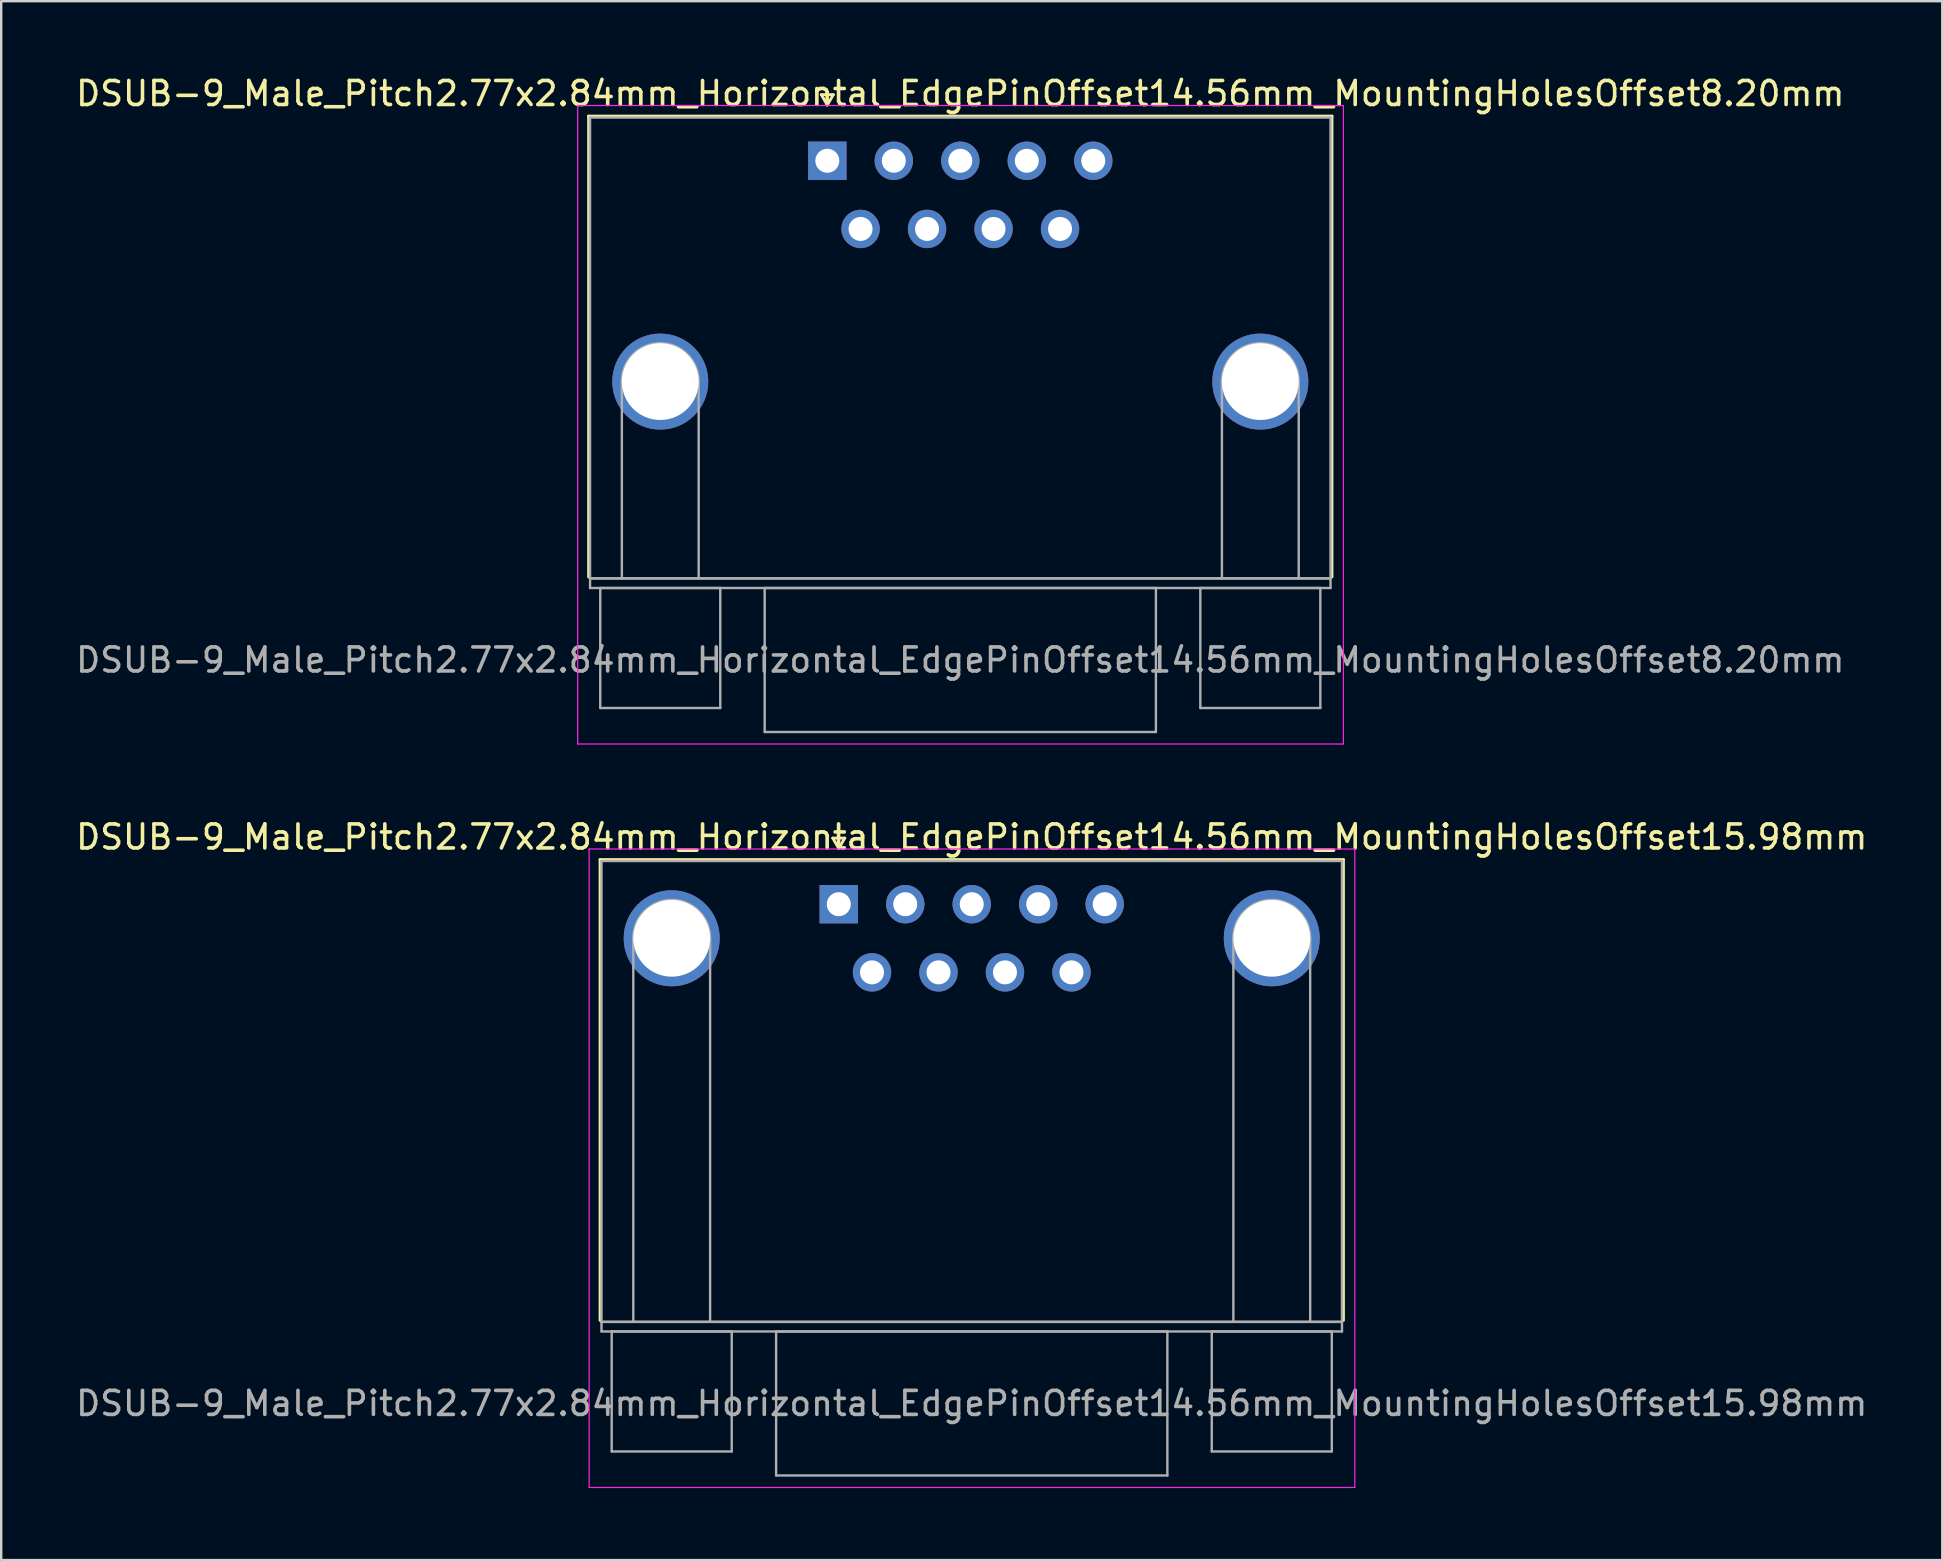
<source format=kicad_pcb>
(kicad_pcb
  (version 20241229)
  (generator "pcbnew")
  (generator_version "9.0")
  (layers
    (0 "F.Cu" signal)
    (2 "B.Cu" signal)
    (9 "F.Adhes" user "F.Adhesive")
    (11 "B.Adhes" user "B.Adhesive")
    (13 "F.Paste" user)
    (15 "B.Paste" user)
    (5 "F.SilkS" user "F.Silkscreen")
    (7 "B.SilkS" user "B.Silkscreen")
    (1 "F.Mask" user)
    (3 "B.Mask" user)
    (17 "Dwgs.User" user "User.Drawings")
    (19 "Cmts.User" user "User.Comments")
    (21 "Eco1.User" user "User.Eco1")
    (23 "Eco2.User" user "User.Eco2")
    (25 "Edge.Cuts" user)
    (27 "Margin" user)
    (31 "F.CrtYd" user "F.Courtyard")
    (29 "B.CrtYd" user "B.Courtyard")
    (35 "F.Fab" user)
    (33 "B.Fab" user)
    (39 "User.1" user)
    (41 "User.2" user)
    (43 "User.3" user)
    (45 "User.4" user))
  (footprint "DSUB-9_Male_Pitch2.77x2.84mm_Horizontal_EdgePinOffset14.56mm_MountingHolesOffset15.98mm"
    (layer "F.Cu")
    (at 31.895 34.621)
    (property "Reference" "DSUB-9_Male_Pitch2.77x2.84mm_Horizontal_EdgePinOffset14.56mm_MountingHolesOffset15.98mm" (at 5.54 -2.8 0) (layer "F.SilkS") (effects (font (size 1 1) (thickness 0.15))))
    (attr through_hole)
    (fp_line (start -9.945 -1.86) (end 21.025 -1.86) (stroke (width 0.12) (type solid)) (layer "F.SilkS"))
    (fp_line (start -9.945 17.34) (end -9.945 -1.86) (stroke (width 0.12) (type solid)) (layer "F.SilkS"))
    (fp_line (start -0.25 -2.754) (end 0.25 -2.754) (stroke (width 0.12) (type solid)) (layer "F.SilkS"))
    (fp_line (start 0 -2.321) (end -0.25 -2.754) (stroke (width 0.12) (type solid)) (layer "F.SilkS"))
    (fp_line (start 0.25 -2.754) (end 0 -2.321) (stroke (width 0.12) (type solid)) (layer "F.SilkS"))
    (fp_line (start 21.025 -1.86) (end 21.025 17.34) (stroke (width 0.12) (type solid)) (layer "F.SilkS"))
    (fp_line (start -10.4 -2.3) (end -10.4 24.3) (stroke (width 0.05) (type solid)) (layer "F.CrtYd"))
    (fp_line (start -10.4 24.3) (end 21.5 24.3) (stroke (width 0.05) (type solid)) (layer "F.CrtYd"))
    (fp_line (start 21.5 -2.3) (end -10.4 -2.3) (stroke (width 0.05) (type solid)) (layer "F.CrtYd"))
    (fp_line (start 21.5 24.3) (end 21.5 -2.3) (stroke (width 0.05) (type solid)) (layer "F.CrtYd"))
    (fp_line (start -9.885 -1.8) (end -9.885 17.4) (stroke (width 0.1) (type solid)) (layer "F.Fab"))
    (fp_line (start -9.885 17.4) (end -9.885 17.8) (stroke (width 0.1) (type solid)) (layer "F.Fab"))
    (fp_line (start -9.885 17.4) (end 20.965 17.4) (stroke (width 0.1) (type solid)) (layer "F.Fab"))
    (fp_line (start -9.885 17.8) (end 20.965 17.8) (stroke (width 0.1) (type solid)) (layer "F.Fab"))
    (fp_line (start -9.46 17.8) (end -9.46 22.8) (stroke (width 0.1) (type solid)) (layer "F.Fab"))
    (fp_line (start -9.46 22.8) (end -4.46 22.8) (stroke (width 0.1) (type solid)) (layer "F.Fab"))
    (fp_line (start -8.56 17.4) (end -8.56 1.42) (stroke (width 0.1) (type solid)) (layer "F.Fab"))
    (fp_line (start -5.36 17.4) (end -5.36 1.42) (stroke (width 0.1) (type solid)) (layer "F.Fab"))
    (fp_line (start -4.46 17.8) (end -9.46 17.8) (stroke (width 0.1) (type solid)) (layer "F.Fab"))
    (fp_line (start -4.46 22.8) (end -4.46 17.8) (stroke (width 0.1) (type solid)) (layer "F.Fab"))
    (fp_line (start -2.61 17.8) (end -2.61 23.8) (stroke (width 0.1) (type solid)) (layer "F.Fab"))
    (fp_line (start -2.61 23.8) (end 13.69 23.8) (stroke (width 0.1) (type solid)) (layer "F.Fab"))
    (fp_line (start 13.69 17.8) (end -2.61 17.8) (stroke (width 0.1) (type solid)) (layer "F.Fab"))
    (fp_line (start 13.69 23.8) (end 13.69 17.8) (stroke (width 0.1) (type solid)) (layer "F.Fab"))
    (fp_line (start 15.54 17.8) (end 15.54 22.8) (stroke (width 0.1) (type solid)) (layer "F.Fab"))
    (fp_line (start 15.54 22.8) (end 20.54 22.8) (stroke (width 0.1) (type solid)) (layer "F.Fab"))
    (fp_line (start 16.44 17.4) (end 16.44 1.42) (stroke (width 0.1) (type solid)) (layer "F.Fab"))
    (fp_line (start 19.64 17.4) (end 19.64 1.42) (stroke (width 0.1) (type solid)) (layer "F.Fab"))
    (fp_line (start 20.54 17.8) (end 15.54 17.8) (stroke (width 0.1) (type solid)) (layer "F.Fab"))
    (fp_line (start 20.54 22.8) (end 20.54 17.8) (stroke (width 0.1) (type solid)) (layer "F.Fab"))
    (fp_line (start 20.965 -1.8) (end -9.885 -1.8) (stroke (width 0.1) (type solid)) (layer "F.Fab"))
    (fp_line (start 20.965 17.4) (end -9.885 17.4) (stroke (width 0.1) (type solid)) (layer "F.Fab"))
    (fp_line (start 20.965 17.4) (end 20.965 -1.8) (stroke (width 0.1) (type solid)) (layer "F.Fab"))
    (fp_line (start 20.965 17.8) (end 20.965 17.4) (stroke (width 0.1) (type solid)) (layer "F.Fab"))
    (fp_arc (start -8.56 1.42) (mid -6.96 -0.18) (end -5.36 1.42) (stroke (width 0.1) (type solid)) (layer "F.Fab"))
    (fp_arc (start 16.44 1.42) (mid 18.04 -0.18) (end 19.64 1.42) (stroke (width 0.1) (type solid)) (layer "F.Fab"))
    (fp_text user "${REFERENCE}" (at 5.54 20.8 0) (layer "F.Fab") (effects (font (size 1 1) (thickness 0.15))))
    (pad "0" thru_hole circle (at -6.96 1.42) (size 4 4) (drill 3.2) (layers "*.Cu" "*.Mask"))
    (pad "0" thru_hole circle (at 18.04 1.42) (size 4 4) (drill 3.2) (layers "*.Cu" "*.Mask"))
    (pad "1" thru_hole rect (at 0 0) (size 1.6 1.6) (drill 1) (layers "*.Cu" "*.Mask"))
    (pad "2" thru_hole circle (at 2.77 0) (size 1.6 1.6) (drill 1) (layers "*.Cu" "*.Mask"))
    (pad "3" thru_hole circle (at 5.54 0) (size 1.6 1.6) (drill 1) (layers "*.Cu" "*.Mask"))
    (pad "4" thru_hole circle (at 8.31 0) (size 1.6 1.6) (drill 1) (layers "*.Cu" "*.Mask"))
    (pad "5" thru_hole circle (at 11.08 0) (size 1.6 1.6) (drill 1) (layers "*.Cu" "*.Mask"))
    (pad "6" thru_hole circle (at 1.385 2.84) (size 1.6 1.6) (drill 1) (layers "*.Cu" "*.Mask"))
    (pad "7" thru_hole circle (at 4.155 2.84) (size 1.6 1.6) (drill 1) (layers "*.Cu" "*.Mask"))
    (pad "8" thru_hole circle (at 6.925 2.84) (size 1.6 1.6) (drill 1) (layers "*.Cu" "*.Mask"))
    (pad "9" thru_hole circle (at 9.695 2.84) (size 1.6 1.6) (drill 1) (layers "*.Cu" "*.Mask")))
  (footprint "DSUB-9_Male_Pitch2.77x2.84mm_Horizontal_EdgePinOffset14.56mm_MountingHolesOffset8.20mm"
    (layer "F.Cu")
    (at 31.418 3.648)
    (property "Reference" "DSUB-9_Male_Pitch2.77x2.84mm_Horizontal_EdgePinOffset14.56mm_MountingHolesOffset8.20mm" (at 5.54 -2.8 0) (layer "F.SilkS") (effects (font (size 1 1) (thickness 0.15))))
    (attr through_hole)
    (fp_line (start -9.945 -1.86) (end 21.025 -1.86) (stroke (width 0.12) (type solid)) (layer "F.SilkS"))
    (fp_line (start -9.945 17.34) (end -9.945 -1.86) (stroke (width 0.12) (type solid)) (layer "F.SilkS"))
    (fp_line (start -0.25 -2.754) (end 0.25 -2.754) (stroke (width 0.12) (type solid)) (layer "F.SilkS"))
    (fp_line (start 0 -2.321) (end -0.25 -2.754) (stroke (width 0.12) (type solid)) (layer "F.SilkS"))
    (fp_line (start 0.25 -2.754) (end 0 -2.321) (stroke (width 0.12) (type solid)) (layer "F.SilkS"))
    (fp_line (start 21.025 -1.86) (end 21.025 17.34) (stroke (width 0.12) (type solid)) (layer "F.SilkS"))
    (fp_line (start -10.4 -2.3) (end -10.4 24.3) (stroke (width 0.05) (type solid)) (layer "F.CrtYd"))
    (fp_line (start -10.4 24.3) (end 21.5 24.3) (stroke (width 0.05) (type solid)) (layer "F.CrtYd"))
    (fp_line (start 21.5 -2.3) (end -10.4 -2.3) (stroke (width 0.05) (type solid)) (layer "F.CrtYd"))
    (fp_line (start 21.5 24.3) (end 21.5 -2.3) (stroke (width 0.05) (type solid)) (layer "F.CrtYd"))
    (fp_line (start -9.885 -1.8) (end -9.885 17.4) (stroke (width 0.1) (type solid)) (layer "F.Fab"))
    (fp_line (start -9.885 17.4) (end -9.885 17.8) (stroke (width 0.1) (type solid)) (layer "F.Fab"))
    (fp_line (start -9.885 17.4) (end 20.965 17.4) (stroke (width 0.1) (type solid)) (layer "F.Fab"))
    (fp_line (start -9.885 17.8) (end 20.965 17.8) (stroke (width 0.1) (type solid)) (layer "F.Fab"))
    (fp_line (start -9.46 17.8) (end -9.46 22.8) (stroke (width 0.1) (type solid)) (layer "F.Fab"))
    (fp_line (start -9.46 22.8) (end -4.46 22.8) (stroke (width 0.1) (type solid)) (layer "F.Fab"))
    (fp_line (start -8.56 17.4) (end -8.56 9.2) (stroke (width 0.1) (type solid)) (layer "F.Fab"))
    (fp_line (start -5.36 17.4) (end -5.36 9.2) (stroke (width 0.1) (type solid)) (layer "F.Fab"))
    (fp_line (start -4.46 17.8) (end -9.46 17.8) (stroke (width 0.1) (type solid)) (layer "F.Fab"))
    (fp_line (start -4.46 22.8) (end -4.46 17.8) (stroke (width 0.1) (type solid)) (layer "F.Fab"))
    (fp_line (start -2.61 17.8) (end -2.61 23.8) (stroke (width 0.1) (type solid)) (layer "F.Fab"))
    (fp_line (start -2.61 23.8) (end 13.69 23.8) (stroke (width 0.1) (type solid)) (layer "F.Fab"))
    (fp_line (start 13.69 17.8) (end -2.61 17.8) (stroke (width 0.1) (type solid)) (layer "F.Fab"))
    (fp_line (start 13.69 23.8) (end 13.69 17.8) (stroke (width 0.1) (type solid)) (layer "F.Fab"))
    (fp_line (start 15.54 17.8) (end 15.54 22.8) (stroke (width 0.1) (type solid)) (layer "F.Fab"))
    (fp_line (start 15.54 22.8) (end 20.54 22.8) (stroke (width 0.1) (type solid)) (layer "F.Fab"))
    (fp_line (start 16.44 17.4) (end 16.44 9.2) (stroke (width 0.1) (type solid)) (layer "F.Fab"))
    (fp_line (start 19.64 17.4) (end 19.64 9.2) (stroke (width 0.1) (type solid)) (layer "F.Fab"))
    (fp_line (start 20.54 17.8) (end 15.54 17.8) (stroke (width 0.1) (type solid)) (layer "F.Fab"))
    (fp_line (start 20.54 22.8) (end 20.54 17.8) (stroke (width 0.1) (type solid)) (layer "F.Fab"))
    (fp_line (start 20.965 -1.8) (end -9.885 -1.8) (stroke (width 0.1) (type solid)) (layer "F.Fab"))
    (fp_line (start 20.965 17.4) (end -9.885 17.4) (stroke (width 0.1) (type solid)) (layer "F.Fab"))
    (fp_line (start 20.965 17.4) (end 20.965 -1.8) (stroke (width 0.1) (type solid)) (layer "F.Fab"))
    (fp_line (start 20.965 17.8) (end 20.965 17.4) (stroke (width 0.1) (type solid)) (layer "F.Fab"))
    (fp_arc (start -8.56 9.2) (mid -6.96 7.6) (end -5.36 9.2) (stroke (width 0.1) (type solid)) (layer "F.Fab"))
    (fp_arc (start 16.44 9.2) (mid 18.04 7.6) (end 19.64 9.2) (stroke (width 0.1) (type solid)) (layer "F.Fab"))
    (fp_text user "${REFERENCE}" (at 5.54 20.8 0) (layer "F.Fab") (effects (font (size 1 1) (thickness 0.15))))
    (pad "0" thru_hole circle (at -6.96 9.2) (size 4 4) (drill 3.2) (layers "*.Cu" "*.Mask"))
    (pad "0" thru_hole circle (at 18.04 9.2) (size 4 4) (drill 3.2) (layers "*.Cu" "*.Mask"))
    (pad "1" thru_hole rect (at 0 0) (size 1.6 1.6) (drill 1) (layers "*.Cu" "*.Mask"))
    (pad "2" thru_hole circle (at 2.77 0) (size 1.6 1.6) (drill 1) (layers "*.Cu" "*.Mask"))
    (pad "3" thru_hole circle (at 5.54 0) (size 1.6 1.6) (drill 1) (layers "*.Cu" "*.Mask"))
    (pad "4" thru_hole circle (at 8.31 0) (size 1.6 1.6) (drill 1) (layers "*.Cu" "*.Mask"))
    (pad "5" thru_hole circle (at 11.08 0) (size 1.6 1.6) (drill 1) (layers "*.Cu" "*.Mask"))
    (pad "6" thru_hole circle (at 1.385 2.84) (size 1.6 1.6) (drill 1) (layers "*.Cu" "*.Mask"))
    (pad "7" thru_hole circle (at 4.155 2.84) (size 1.6 1.6) (drill 1) (layers "*.Cu" "*.Mask"))
    (pad "8" thru_hole circle (at 6.925 2.84) (size 1.6 1.6) (drill 1) (layers "*.Cu" "*.Mask"))
    (pad "9" thru_hole circle (at 9.695 2.84) (size 1.6 1.6) (drill 1) (layers "*.Cu" "*.Mask")))
  (gr_rect
    (start -3 -3)
    (end 77.869 61.947)
    (stroke (width 0.1) (type default))
    (fill no)
    (layer "Edge.Cuts")))
</source>
